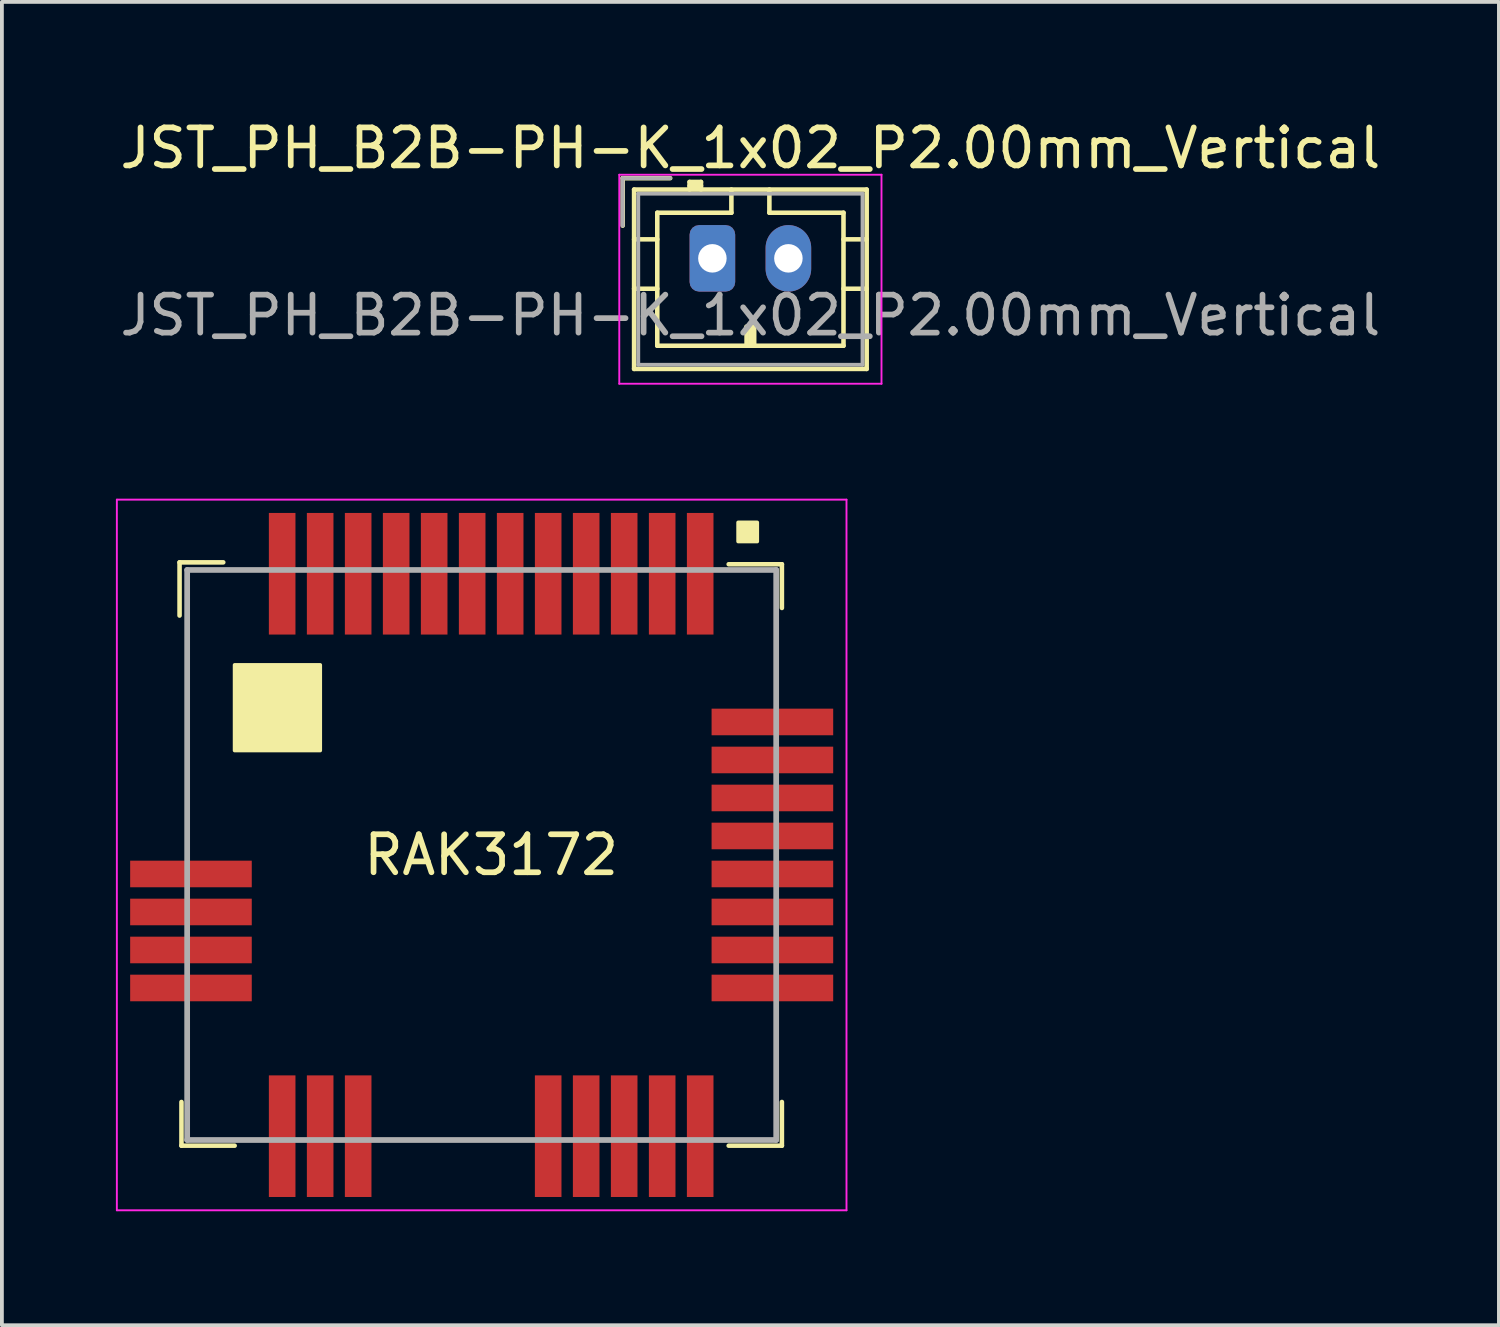
<source format=kicad_pcb>
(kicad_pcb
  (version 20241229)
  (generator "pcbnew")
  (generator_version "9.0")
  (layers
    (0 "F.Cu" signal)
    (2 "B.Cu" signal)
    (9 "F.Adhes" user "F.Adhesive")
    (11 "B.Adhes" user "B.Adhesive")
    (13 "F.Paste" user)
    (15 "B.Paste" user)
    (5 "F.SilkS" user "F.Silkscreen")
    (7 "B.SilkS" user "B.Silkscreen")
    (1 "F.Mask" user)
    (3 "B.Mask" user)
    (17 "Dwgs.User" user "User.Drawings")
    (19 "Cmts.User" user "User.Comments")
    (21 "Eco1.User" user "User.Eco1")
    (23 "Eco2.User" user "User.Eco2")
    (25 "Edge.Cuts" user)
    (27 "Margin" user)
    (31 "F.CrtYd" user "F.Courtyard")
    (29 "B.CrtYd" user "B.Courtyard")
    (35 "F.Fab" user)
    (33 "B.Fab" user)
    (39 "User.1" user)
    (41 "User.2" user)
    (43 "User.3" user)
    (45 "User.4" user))
  (footprint "JST_PH_B2B-PH-K_1x02_P2.00mm_Vertical"
    (layer "F.Cu")
    (at 15.696 3.748)
    (property "Reference" "JST_PH_B2B-PH-K_1x02_P2.00mm_Vertical" (at 1 -2.9 0) (layer "F.SilkS") (effects (font (size 1 1) (thickness 0.15))))
    (attr through_hole)
    (fp_line (start -2.36 -2.11) (end -2.36 -0.86) (stroke (width 0.12) (type solid)) (layer "F.SilkS"))
    (fp_line (start -2.06 -1.81) (end -2.06 2.91) (stroke (width 0.12) (type solid)) (layer "F.SilkS"))
    (fp_line (start -2.06 -0.5) (end -1.45 -0.5) (stroke (width 0.12) (type solid)) (layer "F.SilkS"))
    (fp_line (start -2.06 0.8) (end -1.45 0.8) (stroke (width 0.12) (type solid)) (layer "F.SilkS"))
    (fp_line (start -2.06 2.91) (end 4.06 2.91) (stroke (width 0.12) (type solid)) (layer "F.SilkS"))
    (fp_line (start -1.45 -1.2) (end -1.45 2.3) (stroke (width 0.12) (type solid)) (layer "F.SilkS"))
    (fp_line (start -1.45 2.3) (end 3.45 2.3) (stroke (width 0.12) (type solid)) (layer "F.SilkS"))
    (fp_line (start -1.11 -2.11) (end -2.36 -2.11) (stroke (width 0.12) (type solid)) (layer "F.SilkS"))
    (fp_line (start -0.6 -2.01) (end -0.6 -1.81) (stroke (width 0.12) (type solid)) (layer "F.SilkS"))
    (fp_line (start -0.3 -2.01) (end -0.6 -2.01) (stroke (width 0.12) (type solid)) (layer "F.SilkS"))
    (fp_line (start -0.3 -1.91) (end -0.6 -1.91) (stroke (width 0.12) (type solid)) (layer "F.SilkS"))
    (fp_line (start -0.3 -1.81) (end -0.3 -2.01) (stroke (width 0.12) (type solid)) (layer "F.SilkS"))
    (fp_line (start 0.5 -1.81) (end 0.5 -1.2) (stroke (width 0.12) (type solid)) (layer "F.SilkS"))
    (fp_line (start 0.5 -1.2) (end -1.45 -1.2) (stroke (width 0.12) (type solid)) (layer "F.SilkS"))
    (fp_line (start 0.9 1.8) (end 1.1 1.8) (stroke (width 0.12) (type solid)) (layer "F.SilkS"))
    (fp_line (start 0.9 2.3) (end 0.9 1.8) (stroke (width 0.12) (type solid)) (layer "F.SilkS"))
    (fp_line (start 1 2.3) (end 1 1.8) (stroke (width 0.12) (type solid)) (layer "F.SilkS"))
    (fp_line (start 1.1 1.8) (end 1.1 2.3) (stroke (width 0.12) (type solid)) (layer "F.SilkS"))
    (fp_line (start 1.5 -1.2) (end 1.5 -1.81) (stroke (width 0.12) (type solid)) (layer "F.SilkS"))
    (fp_line (start 3.45 -1.2) (end 1.5 -1.2) (stroke (width 0.12) (type solid)) (layer "F.SilkS"))
    (fp_line (start 3.45 2.3) (end 3.45 -1.2) (stroke (width 0.12) (type solid)) (layer "F.SilkS"))
    (fp_line (start 4.06 -1.81) (end -2.06 -1.81) (stroke (width 0.12) (type solid)) (layer "F.SilkS"))
    (fp_line (start 4.06 -0.5) (end 3.45 -0.5) (stroke (width 0.12) (type solid)) (layer "F.SilkS"))
    (fp_line (start 4.06 0.8) (end 3.45 0.8) (stroke (width 0.12) (type solid)) (layer "F.SilkS"))
    (fp_line (start 4.06 2.91) (end 4.06 -1.81) (stroke (width 0.12) (type solid)) (layer "F.SilkS"))
    (fp_line (start -2.45 -2.2) (end -2.45 3.3) (stroke (width 0.05) (type solid)) (layer "F.CrtYd"))
    (fp_line (start -2.45 3.3) (end 4.45 3.3) (stroke (width 0.05) (type solid)) (layer "F.CrtYd"))
    (fp_line (start 4.45 -2.2) (end -2.45 -2.2) (stroke (width 0.05) (type solid)) (layer "F.CrtYd"))
    (fp_line (start 4.45 3.3) (end 4.45 -2.2) (stroke (width 0.05) (type solid)) (layer "F.CrtYd"))
    (fp_line (start -2.36 -2.11) (end -2.36 -0.86) (stroke (width 0.1) (type solid)) (layer "F.Fab"))
    (fp_line (start -1.95 -1.7) (end -1.95 2.8) (stroke (width 0.1) (type solid)) (layer "F.Fab"))
    (fp_line (start -1.95 2.8) (end 3.95 2.8) (stroke (width 0.1) (type solid)) (layer "F.Fab"))
    (fp_line (start -1.11 -2.11) (end -2.36 -2.11) (stroke (width 0.1) (type solid)) (layer "F.Fab"))
    (fp_line (start 3.95 -1.7) (end -1.95 -1.7) (stroke (width 0.1) (type solid)) (layer "F.Fab"))
    (fp_line (start 3.95 2.8) (end 3.95 -1.7) (stroke (width 0.1) (type solid)) (layer "F.Fab"))
    (fp_text user "${REFERENCE}" (at 1 1.5 0) (layer "F.Fab") (effects (font (size 1 1) (thickness 0.15))))
    (pad "1" thru_hole roundrect (at 0 0) (size 1.2 1.75) (drill 0.75) (layers "*.Cu" "*.Mask") (roundrect_rratio 0.208))
    (pad "2" thru_hole oval (at 2 0) (size 1.2 1.75) (drill 0.75) (layers "*.Cu" "*.Mask")))
  (footprint "RAK3172"
    (layer "F.Cu")
    (at 9.625 19.448)
    (property "Reference" "RAK3172" (at 0.25 0 0) (layer "F.SilkS") (effects (font (size 1 1) (thickness 0.15))))
    (attr smd)
    (fp_line (start -7.95 -7.7) (end -6.8 -7.7) (stroke (width 0.12) (type solid)) (layer "F.SilkS"))
    (fp_line (start -7.95 -6.3) (end -7.95 -7.7) (stroke (width 0.12) (type solid)) (layer "F.SilkS"))
    (fp_line (start -7.9 7.65) (end -7.9 6.5) (stroke (width 0.12) (type solid)) (layer "F.SilkS"))
    (fp_line (start -6.5 7.65) (end -7.9 7.65) (stroke (width 0.12) (type solid)) (layer "F.SilkS"))
    (fp_line (start 6.5 -7.65) (end 7.9 -7.65) (stroke (width 0.12) (type solid)) (layer "F.SilkS"))
    (fp_line (start 6.5 7.65) (end 7.9 7.65) (stroke (width 0.12) (type solid)) (layer "F.SilkS"))
    (fp_line (start 7.9 -7.65) (end 7.9 -6.5) (stroke (width 0.12) (type solid)) (layer "F.SilkS"))
    (fp_line (start 7.9 7.65) (end 7.9 6.5) (stroke (width 0.12) (type solid)) (layer "F.SilkS"))
    (fp_poly (pts (xy -4.25 -2.75) (xy -6.5 -2.75) (xy -6.5 -5) (xy -4.25 -5)) (stroke (width 0.1) (type solid)) (fill yes) (layer "F.SilkS"))
    (fp_poly (pts (xy 7.25 -8.25) (xy 6.75 -8.25) (xy 6.75 -8.75) (xy 7.25 -8.75)) (stroke (width 0.1) (type solid)) (fill yes) (layer "F.SilkS"))
    (fp_line (start -9.6 -9.35) (end 9.6 -9.35) (stroke (width 0.05) (type solid)) (layer "F.CrtYd"))
    (fp_line (start -9.6 9.35) (end -9.6 -9.35) (stroke (width 0.05) (type solid)) (layer "F.CrtYd"))
    (fp_line (start 9.6 -9.35) (end 9.6 9.35) (stroke (width 0.05) (type solid)) (layer "F.CrtYd"))
    (fp_line (start 9.6 9.35) (end -9.6 9.35) (stroke (width 0.05) (type solid)) (layer "F.CrtYd"))
    (fp_line (start -7.75 -7.5) (end -7.75 7.5) (stroke (width 0.15) (type solid)) (layer "F.Fab"))
    (fp_line (start -7.75 7.5) (end 7.75 7.5) (stroke (width 0.15) (type solid)) (layer "F.Fab"))
    (fp_line (start 7.75 -7.5) (end -7.75 -7.5) (stroke (width 0.15) (type solid)) (layer "F.Fab"))
    (fp_line (start 7.75 7.5) (end 7.75 -7.5) (stroke (width 0.15) (type solid)) (layer "F.Fab"))
    (pad "1" smd rect (at 5.75 -7.4) (size 0.7 3.2) (layers "F.Cu" "F.Mask" "F.Paste"))
    (pad "2" smd rect (at 4.75 -7.4) (size 0.7 3.2) (layers "F.Cu" "F.Mask" "F.Paste"))
    (pad "3" smd rect (at 3.75 -7.4) (size 0.7 3.2) (layers "F.Cu" "F.Mask" "F.Paste"))
    (pad "4" smd rect (at 2.75 -7.4) (size 0.7 3.2) (layers "F.Cu" "F.Mask" "F.Paste"))
    (pad "5" smd rect (at 1.75 -7.4) (size 0.7 3.2) (layers "F.Cu" "F.Mask" "F.Paste"))
    (pad "6" smd rect (at 0.75 -7.4) (size 0.7 3.2) (layers "F.Cu" "F.Mask" "F.Paste"))
    (pad "7" smd rect (at -0.25 -7.4) (size 0.7 3.2) (layers "F.Cu" "F.Mask" "F.Paste"))
    (pad "8" smd rect (at -1.25 -7.4) (size 0.7 3.2) (layers "F.Cu" "F.Mask" "F.Paste"))
    (pad "9" smd rect (at -2.25 -7.4) (size 0.7 3.2) (layers "F.Cu" "F.Mask" "F.Paste"))
    (pad "10" smd rect (at -3.25 -7.4) (size 0.7 3.2) (layers "F.Cu" "F.Mask" "F.Paste"))
    (pad "11" smd rect (at -4.25 -7.4) (size 0.7 3.2) (layers "F.Cu" "F.Mask" "F.Paste"))
    (pad "12" smd rect (at -5.25 -7.4) (size 0.7 3.2) (layers "F.Cu" "F.Mask" "F.Paste"))
    (pad "13" smd rect (at -7.65 0.5 90) (size 0.7 3.2) (layers "F.Cu" "F.Mask" "F.Paste"))
    (pad "14" smd rect (at -7.65 1.5 90) (size 0.7 3.2) (layers "F.Cu" "F.Mask" "F.Paste"))
    (pad "15" smd rect (at -7.65 2.5 90) (size 0.7 3.2) (layers "F.Cu" "F.Mask" "F.Paste"))
    (pad "16" smd rect (at -7.65 3.5 90) (size 0.7 3.2) (layers "F.Cu" "F.Mask" "F.Paste"))
    (pad "17" smd rect (at -5.25 7.4) (size 0.7 3.2) (layers "F.Cu" "F.Mask" "F.Paste"))
    (pad "18" smd rect (at -4.25 7.4) (size 0.7 3.2) (layers "F.Cu" "F.Mask" "F.Paste"))
    (pad "19" smd rect (at -3.25 7.4) (size 0.7 3.2) (layers "F.Cu" "F.Mask" "F.Paste"))
    (pad "20" smd rect (at 1.75 7.4) (size 0.7 3.2) (layers "F.Cu" "F.Mask" "F.Paste"))
    (pad "21" smd rect (at 2.75 7.4) (size 0.7 3.2) (layers "F.Cu" "F.Mask" "F.Paste"))
    (pad "22" smd rect (at 3.75 7.4) (size 0.7 3.2) (layers "F.Cu" "F.Mask" "F.Paste"))
    (pad "23" smd rect (at 4.75 7.4) (size 0.7 3.2) (layers "F.Cu" "F.Mask" "F.Paste"))
    (pad "24" smd rect (at 5.75 7.4) (size 0.7 3.2) (layers "F.Cu" "F.Mask" "F.Paste"))
    (pad "25" smd rect (at 7.65 3.5 90) (size 0.7 3.2) (layers "F.Cu" "F.Mask" "F.Paste"))
    (pad "26" smd rect (at 7.65 2.5 90) (size 0.7 3.2) (layers "F.Cu" "F.Mask" "F.Paste"))
    (pad "27" smd rect (at 7.65 1.5 90) (size 0.7 3.2) (layers "F.Cu" "F.Mask" "F.Paste"))
    (pad "28" smd rect (at 7.65 0.5 90) (size 0.7 3.2) (layers "F.Cu" "F.Mask" "F.Paste"))
    (pad "29" smd rect (at 7.65 -0.5 90) (size 0.7 3.2) (layers "F.Cu" "F.Mask" "F.Paste"))
    (pad "30" smd rect (at 7.65 -1.5 90) (size 0.7 3.2) (layers "F.Cu" "F.Mask" "F.Paste"))
    (pad "31" smd rect (at 7.65 -2.5 90) (size 0.7 3.2) (layers "F.Cu" "F.Mask" "F.Paste"))
    (pad "32" smd rect (at 7.65 -3.5 90) (size 0.7 3.2) (layers "F.Cu" "F.Mask" "F.Paste")))
  (gr_rect
    (start -3 -3)
    (end 36.393 31.823)
    (stroke (width 0.1) (type default))
    (fill no)
    (layer "Edge.Cuts")))
</source>
